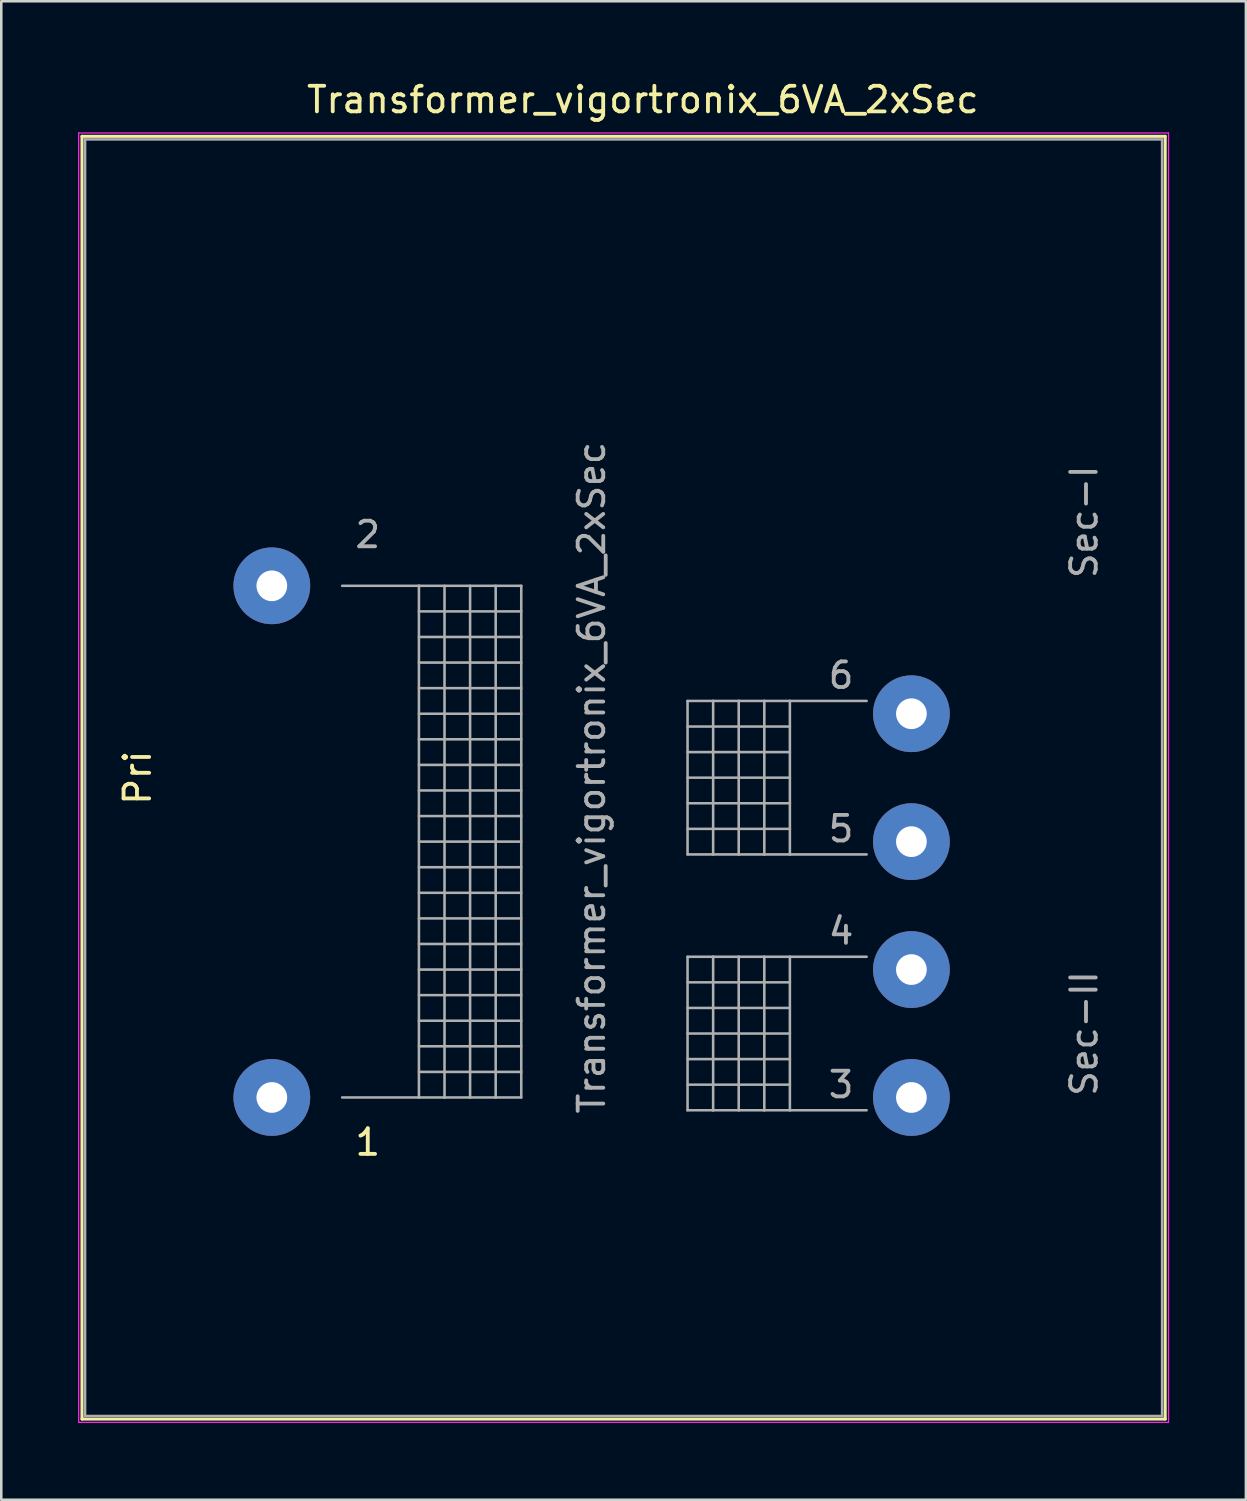
<source format=kicad_pcb>
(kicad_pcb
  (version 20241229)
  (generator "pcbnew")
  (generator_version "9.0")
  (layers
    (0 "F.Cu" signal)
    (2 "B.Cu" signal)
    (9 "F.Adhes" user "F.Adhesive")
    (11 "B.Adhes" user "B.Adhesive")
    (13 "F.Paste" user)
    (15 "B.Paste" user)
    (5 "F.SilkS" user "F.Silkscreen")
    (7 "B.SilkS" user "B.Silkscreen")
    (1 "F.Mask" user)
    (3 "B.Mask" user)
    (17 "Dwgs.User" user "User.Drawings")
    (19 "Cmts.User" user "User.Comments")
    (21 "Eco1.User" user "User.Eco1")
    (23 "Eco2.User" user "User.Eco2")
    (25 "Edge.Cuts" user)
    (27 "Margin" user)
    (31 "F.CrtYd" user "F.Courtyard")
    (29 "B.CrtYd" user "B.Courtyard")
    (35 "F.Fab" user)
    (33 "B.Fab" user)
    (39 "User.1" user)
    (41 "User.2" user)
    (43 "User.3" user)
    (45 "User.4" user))
  (footprint "Transformer_vigortronix_6VA_2xSec"
    (layer "F.Cu")
    (at 7.575 39.848)
    (property "Reference" "Transformer_vigortronix_6VA_2xSec" (at 14.5 -39 0) (layer "F.SilkS") (effects (font (size 1 1) (thickness 0.15))))
    (attr through_hole)
    (fp_line (start -7.42 -37.57) (end -7.42 12.57) (stroke (width 0.12) (type solid)) (layer "F.SilkS"))
    (fp_line (start -7.42 -37.57) (end 34.92 -37.57) (stroke (width 0.12) (type solid)) (layer "F.SilkS"))
    (fp_line (start 34.92 12.57) (end -7.42 12.57) (stroke (width 0.12) (type solid)) (layer "F.SilkS"))
    (fp_line (start 34.92 12.57) (end 34.92 -37.57) (stroke (width 0.12) (type solid)) (layer "F.SilkS"))
    (fp_line (start -7.55 -37.7) (end -7.55 12.7) (stroke (width 0.05) (type solid)) (layer "F.CrtYd"))
    (fp_line (start -7.55 -37.7) (end 35.05 -37.7) (stroke (width 0.05) (type solid)) (layer "F.CrtYd"))
    (fp_line (start 35.05 12.7) (end -7.55 12.7) (stroke (width 0.05) (type solid)) (layer "F.CrtYd"))
    (fp_line (start 35.05 12.7) (end 35.05 -37.7) (stroke (width 0.05) (type solid)) (layer "F.CrtYd"))
    (fp_line (start -7.3 -37.45) (end 34.8 -37.45) (stroke (width 0.1) (type solid)) (layer "F.Fab"))
    (fp_line (start -7.3 12.45) (end -7.3 -37.45) (stroke (width 0.1) (type solid)) (layer "F.Fab"))
    (fp_line (start 2.75 -20) (end 5.75 -20) (stroke (width 0.1) (type solid)) (layer "F.Fab"))
    (fp_line (start 5.75 -20) (end 5.75 0) (stroke (width 0.1) (type solid)) (layer "F.Fab"))
    (fp_line (start 5.75 -20) (end 9.75 -20) (stroke (width 0.1) (type solid)) (layer "F.Fab"))
    (fp_line (start 5.75 -19) (end 9.75 -19) (stroke (width 0.1) (type solid)) (layer "F.Fab"))
    (fp_line (start 5.75 -18) (end 9.75 -18) (stroke (width 0.1) (type solid)) (layer "F.Fab"))
    (fp_line (start 5.75 -17) (end 9.75 -17) (stroke (width 0.1) (type solid)) (layer "F.Fab"))
    (fp_line (start 5.75 -16) (end 9.75 -16) (stroke (width 0.1) (type solid)) (layer "F.Fab"))
    (fp_line (start 5.75 -14) (end 9.75 -14) (stroke (width 0.1) (type solid)) (layer "F.Fab"))
    (fp_line (start 5.75 -13) (end 9.75 -13) (stroke (width 0.1) (type solid)) (layer "F.Fab"))
    (fp_line (start 5.75 -11) (end 9.75 -11) (stroke (width 0.1) (type solid)) (layer "F.Fab"))
    (fp_line (start 5.75 -9) (end 9.75 -9) (stroke (width 0.1) (type solid)) (layer "F.Fab"))
    (fp_line (start 5.75 -7) (end 9.75 -7) (stroke (width 0.1) (type solid)) (layer "F.Fab"))
    (fp_line (start 5.75 -5) (end 9.75 -5) (stroke (width 0.1) (type solid)) (layer "F.Fab"))
    (fp_line (start 5.75 -3) (end 9.75 -3) (stroke (width 0.1) (type solid)) (layer "F.Fab"))
    (fp_line (start 5.75 -1) (end 9.75 -1) (stroke (width 0.1) (type solid)) (layer "F.Fab"))
    (fp_line (start 5.75 0) (end 2.75 0) (stroke (width 0.1) (type solid)) (layer "F.Fab"))
    (fp_line (start 6.75 -20) (end 6.75 0) (stroke (width 0.1) (type solid)) (layer "F.Fab"))
    (fp_line (start 6.75 0) (end 5.75 0) (stroke (width 0.1) (type solid)) (layer "F.Fab"))
    (fp_line (start 7.75 -20) (end 7.75 0) (stroke (width 0.1) (type solid)) (layer "F.Fab"))
    (fp_line (start 7.75 0) (end 6.75 0) (stroke (width 0.1) (type solid)) (layer "F.Fab"))
    (fp_line (start 8.75 -20) (end 8.75 0) (stroke (width 0.1) (type solid)) (layer "F.Fab"))
    (fp_line (start 8.75 0) (end 7.75 0) (stroke (width 0.1) (type solid)) (layer "F.Fab"))
    (fp_line (start 9.75 -20) (end 9.75 0) (stroke (width 0.1) (type solid)) (layer "F.Fab"))
    (fp_line (start 9.75 -15) (end 5.75 -15) (stroke (width 0.1) (type solid)) (layer "F.Fab"))
    (fp_line (start 9.75 -12) (end 5.75 -12) (stroke (width 0.1) (type solid)) (layer "F.Fab"))
    (fp_line (start 9.75 -10) (end 5.75 -10) (stroke (width 0.1) (type solid)) (layer "F.Fab"))
    (fp_line (start 9.75 -8) (end 5.75 -8) (stroke (width 0.1) (type solid)) (layer "F.Fab"))
    (fp_line (start 9.75 -6) (end 5.75 -6) (stroke (width 0.1) (type solid)) (layer "F.Fab"))
    (fp_line (start 9.75 -4) (end 5.75 -4) (stroke (width 0.1) (type solid)) (layer "F.Fab"))
    (fp_line (start 9.75 -2) (end 5.75 -2) (stroke (width 0.1) (type solid)) (layer "F.Fab"))
    (fp_line (start 9.75 0) (end 8.75 0) (stroke (width 0.1) (type solid)) (layer "F.Fab"))
    (fp_line (start 16.25 -15.5) (end 16.25 -9.5) (stroke (width 0.1) (type solid)) (layer "F.Fab"))
    (fp_line (start 16.25 -14.5) (end 20.25 -14.5) (stroke (width 0.1) (type solid)) (layer "F.Fab"))
    (fp_line (start 16.25 -13.5) (end 20.25 -13.5) (stroke (width 0.1) (type solid)) (layer "F.Fab"))
    (fp_line (start 16.25 -12.5) (end 20.25 -12.5) (stroke (width 0.1) (type solid)) (layer "F.Fab"))
    (fp_line (start 16.25 -11.5) (end 20.25 -11.5) (stroke (width 0.1) (type solid)) (layer "F.Fab"))
    (fp_line (start 16.25 -10.5) (end 20.25 -10.5) (stroke (width 0.1) (type solid)) (layer "F.Fab"))
    (fp_line (start 16.25 -9.5) (end 17.25 -9.5) (stroke (width 0.1) (type solid)) (layer "F.Fab"))
    (fp_line (start 16.25 -5.5) (end 16.25 0.5) (stroke (width 0.1) (type solid)) (layer "F.Fab"))
    (fp_line (start 16.25 -4.5) (end 20.25 -4.5) (stroke (width 0.1) (type solid)) (layer "F.Fab"))
    (fp_line (start 16.25 -3.5) (end 20.25 -3.5) (stroke (width 0.1) (type solid)) (layer "F.Fab"))
    (fp_line (start 16.25 -2.5) (end 20.25 -2.5) (stroke (width 0.1) (type solid)) (layer "F.Fab"))
    (fp_line (start 16.25 -1.5) (end 20.25 -1.5) (stroke (width 0.1) (type solid)) (layer "F.Fab"))
    (fp_line (start 16.25 -0.5) (end 20.25 -0.5) (stroke (width 0.1) (type solid)) (layer "F.Fab"))
    (fp_line (start 16.25 0.5) (end 17.25 0.5) (stroke (width 0.1) (type solid)) (layer "F.Fab"))
    (fp_line (start 17.25 -15.5) (end 16.25 -15.5) (stroke (width 0.1) (type solid)) (layer "F.Fab"))
    (fp_line (start 17.25 -15.5) (end 17.25 -9.5) (stroke (width 0.1) (type solid)) (layer "F.Fab"))
    (fp_line (start 17.25 -9.5) (end 18.25 -9.5) (stroke (width 0.1) (type solid)) (layer "F.Fab"))
    (fp_line (start 17.25 -5.5) (end 16.25 -5.5) (stroke (width 0.1) (type solid)) (layer "F.Fab"))
    (fp_line (start 17.25 -5.5) (end 17.25 0.5) (stroke (width 0.1) (type solid)) (layer "F.Fab"))
    (fp_line (start 17.25 0.5) (end 18.25 0.5) (stroke (width 0.1) (type solid)) (layer "F.Fab"))
    (fp_line (start 18.25 -15.5) (end 17.25 -15.5) (stroke (width 0.1) (type solid)) (layer "F.Fab"))
    (fp_line (start 18.25 -15.5) (end 18.25 -9.5) (stroke (width 0.1) (type solid)) (layer "F.Fab"))
    (fp_line (start 18.25 -9.5) (end 19.25 -9.5) (stroke (width 0.1) (type solid)) (layer "F.Fab"))
    (fp_line (start 18.25 -5.5) (end 17.25 -5.5) (stroke (width 0.1) (type solid)) (layer "F.Fab"))
    (fp_line (start 18.25 -5.5) (end 18.25 0.5) (stroke (width 0.1) (type solid)) (layer "F.Fab"))
    (fp_line (start 18.25 0.5) (end 19.25 0.5) (stroke (width 0.1) (type solid)) (layer "F.Fab"))
    (fp_line (start 19.25 -15.5) (end 18.25 -15.5) (stroke (width 0.1) (type solid)) (layer "F.Fab"))
    (fp_line (start 19.25 -15.5) (end 19.25 -9.5) (stroke (width 0.1) (type solid)) (layer "F.Fab"))
    (fp_line (start 19.25 -9.5) (end 20.25 -9.5) (stroke (width 0.1) (type solid)) (layer "F.Fab"))
    (fp_line (start 19.25 -5.5) (end 18.25 -5.5) (stroke (width 0.1) (type solid)) (layer "F.Fab"))
    (fp_line (start 19.25 -5.5) (end 19.25 0.5) (stroke (width 0.1) (type solid)) (layer "F.Fab"))
    (fp_line (start 19.25 0.5) (end 20.25 0.5) (stroke (width 0.1) (type solid)) (layer "F.Fab"))
    (fp_line (start 20.25 -15.5) (end 19.25 -15.5) (stroke (width 0.1) (type solid)) (layer "F.Fab"))
    (fp_line (start 20.25 -15.5) (end 20.25 -9.5) (stroke (width 0.1) (type solid)) (layer "F.Fab"))
    (fp_line (start 20.25 -9.5) (end 23.25 -9.5) (stroke (width 0.1) (type solid)) (layer "F.Fab"))
    (fp_line (start 20.25 -5.5) (end 19.25 -5.5) (stroke (width 0.1) (type solid)) (layer "F.Fab"))
    (fp_line (start 20.25 -5.5) (end 20.25 0.5) (stroke (width 0.1) (type solid)) (layer "F.Fab"))
    (fp_line (start 20.25 0.5) (end 23.25 0.5) (stroke (width 0.1) (type solid)) (layer "F.Fab"))
    (fp_line (start 23.25 -15.5) (end 20.25 -15.5) (stroke (width 0.1) (type solid)) (layer "F.Fab"))
    (fp_line (start 23.25 -5.5) (end 20.25 -5.5) (stroke (width 0.1) (type solid)) (layer "F.Fab"))
    (fp_line (start 34.8 -37.45) (end 34.8 12.45) (stroke (width 0.1) (type solid)) (layer "F.Fab"))
    (fp_line (start 34.8 12.45) (end -7.3 12.45) (stroke (width 0.1) (type solid)) (layer "F.Fab"))
    (fp_text user "Pri" (at -5.25 -12.5 90) (layer "F.SilkS") (effects (font (size 1 1) (thickness 0.15))))
    (fp_text user "1" (at 3.75 1.75 0) (layer "F.SilkS") (effects (font (size 1 1) (thickness 0.15))))
    (fp_text user "Sec-I" (at 31.75 -22.5 90) (layer "F.Fab") (effects (font (size 1 1) (thickness 0.15))))
    (fp_text user "4" (at 22.25 -6.5 0) (layer "F.Fab") (effects (font (size 1 1) (thickness 0.15))))
    (fp_text user "Sec-II" (at 31.75 -2.5 90) (layer "F.Fab") (effects (font (size 1 1) (thickness 0.15))))
    (fp_text user "6" (at 22.25 -16.5 0) (layer "F.Fab") (effects (font (size 1 1) (thickness 0.15))))
    (fp_text user "${REFERENCE}" (at 12.5 -12.5 90) (layer "F.Fab") (effects (font (size 1 1) (thickness 0.15))))
    (fp_text user "2" (at 3.75 -22 0) (layer "F.Fab") (effects (font (size 1 1) (thickness 0.15))))
    (fp_text user "5" (at 22.25 -10.5 0) (layer "F.Fab") (effects (font (size 1 1) (thickness 0.15))))
    (fp_text user "3" (at 22.25 -0.5 0) (layer "F.Fab") (effects (font (size 1 1) (thickness 0.15))))
    (pad "1" thru_hole circle (at 0 0) (size 3 3) (drill 1.2) (layers "*.Cu" "*.Mask"))
    (pad "2" thru_hole circle (at 0 -20) (size 3 3) (drill 1.2) (layers "*.Cu" "*.Mask"))
    (pad "3" thru_hole circle (at 25 0) (size 3 3) (drill 1.2) (layers "*.Cu" "*.Mask"))
    (pad "4" thru_hole circle (at 25 -5) (size 3 3) (drill 1.2) (layers "*.Cu" "*.Mask"))
    (pad "5" thru_hole circle (at 25 -10) (size 3 3) (drill 1.2) (layers "*.Cu" "*.Mask"))
    (pad "6" thru_hole circle (at 25 -15) (size 3 3) (drill 1.2) (layers "*.Cu" "*.Mask")))
  (gr_rect
    (start -3 -3)
    (end 45.65 55.573)
    (stroke (width 0.1) (type default))
    (fill no)
    (layer "Edge.Cuts")))
</source>
